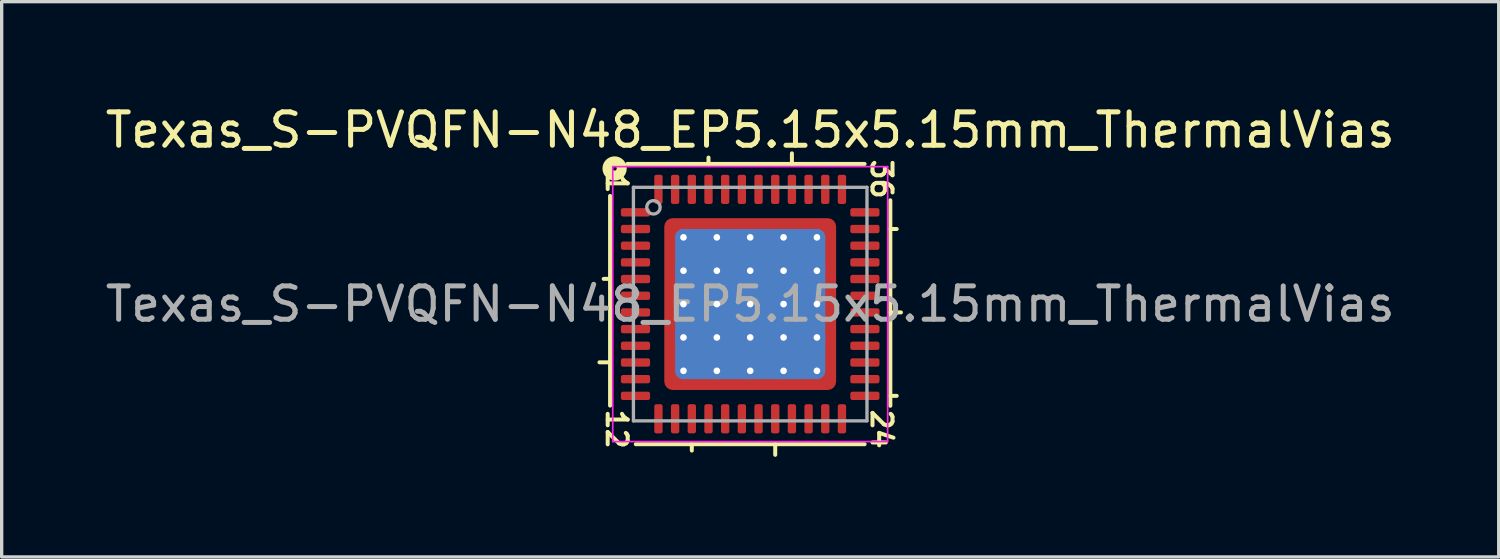
<source format=kicad_pcb>
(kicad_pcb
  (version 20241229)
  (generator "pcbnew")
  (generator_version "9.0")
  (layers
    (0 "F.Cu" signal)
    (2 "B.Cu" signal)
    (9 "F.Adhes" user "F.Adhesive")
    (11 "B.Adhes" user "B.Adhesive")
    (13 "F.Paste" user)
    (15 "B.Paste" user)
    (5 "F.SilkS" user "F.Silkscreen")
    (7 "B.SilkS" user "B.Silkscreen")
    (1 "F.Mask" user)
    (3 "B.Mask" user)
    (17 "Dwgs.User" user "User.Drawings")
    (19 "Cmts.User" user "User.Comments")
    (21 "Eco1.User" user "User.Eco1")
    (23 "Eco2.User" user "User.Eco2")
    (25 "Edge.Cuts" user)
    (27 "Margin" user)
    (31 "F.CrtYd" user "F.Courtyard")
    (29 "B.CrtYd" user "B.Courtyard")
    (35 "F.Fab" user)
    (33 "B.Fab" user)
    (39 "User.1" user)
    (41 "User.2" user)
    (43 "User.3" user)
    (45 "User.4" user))
  (footprint "Texas_S-PVQFN-N48_EP5.15x5.15mm_ThermalVias"
    (layer "F.Cu")
    (at 19.435 6.064)
    (property "Reference" "Texas_S-PVQFN-N48_EP5.15x5.15mm_ThermalVias" (at 0 -5.216 0) (layer "F.SilkS") (effects (font (size 1 1) (thickness 0.15))))
    (attr smd)
    (fp_line (start -4.2 -3.243) (end -4.2 3.043) (stroke (width 0.12) (type solid)) (layer "F.SilkS"))
    (fp_line (start -4.2 -0.755) (end -4.391 -0.755) (stroke (width 0.12) (type solid)) (layer "F.SilkS"))
    (fp_line (start -4.2 1.745) (end -4.518 1.745) (stroke (width 0.12) (type solid)) (layer "F.SilkS"))
    (fp_line (start -3.429 4.2) (end 3.429 4.2) (stroke (width 0.12) (type solid)) (layer "F.SilkS"))
    (fp_line (start -1.75 4.2) (end -1.75 4.391) (stroke (width 0.12) (type solid)) (layer "F.SilkS"))
    (fp_line (start -1.25 -4.2) (end -1.25 -4.391) (stroke (width 0.12) (type solid)) (layer "F.SilkS"))
    (fp_line (start 0.75 4.2) (end 0.75 4.518) (stroke (width 0.12) (type solid)) (layer "F.SilkS"))
    (fp_line (start 1.25 -4.2) (end 1.25 -4.518) (stroke (width 0.12) (type solid)) (layer "F.SilkS"))
    (fp_line (start 3.429 -4.2) (end -3.683 -4.2) (stroke (width 0.12) (type solid)) (layer "F.SilkS"))
    (fp_line (start 4.2 -2.25) (end 4.391 -2.25) (stroke (width 0.12) (type solid)) (layer "F.SilkS"))
    (fp_line (start 4.2 0.25) (end 4.518 0.25) (stroke (width 0.12) (type solid)) (layer "F.SilkS"))
    (fp_line (start 4.2 2.75) (end 4.391 2.75) (stroke (width 0.12) (type solid)) (layer "F.SilkS"))
    (fp_line (start 4.2 3.048) (end 4.2 -3.111) (stroke (width 0.12) (type solid)) (layer "F.SilkS"))
    (fp_circle (center -4.064 -4.064) (end -4 -4.064) (stroke (width 0.3) (type solid)) (fill no) (layer "F.SilkS"))
    (fp_line (start -4.12 -4.12) (end -4.12 4.12) (stroke (width 0.05) (type solid)) (layer "F.CrtYd"))
    (fp_line (start -4.12 4.12) (end 4.12 4.12) (stroke (width 0.05) (type solid)) (layer "F.CrtYd"))
    (fp_line (start 4.12 -4.12) (end -4.12 -4.12) (stroke (width 0.05) (type solid)) (layer "F.CrtYd"))
    (fp_line (start 4.12 4.12) (end 4.12 -4.12) (stroke (width 0.05) (type solid)) (layer "F.CrtYd"))
    (fp_line (start -3.5 -3.5) (end 3.5 -3.5) (stroke (width 0.1) (type solid)) (layer "F.Fab"))
    (fp_line (start -3.5 3.5) (end -3.5 -3.5) (stroke (width 0.1) (type solid)) (layer "F.Fab"))
    (fp_line (start 3.5 -3.5) (end 3.5 3.5) (stroke (width 0.1) (type solid)) (layer "F.Fab"))
    (fp_line (start 3.5 3.5) (end -3.5 3.5) (stroke (width 0.1) (type solid)) (layer "F.Fab"))
    (fp_circle (center -2.9 -2.9) (end -2.7 -2.9) (stroke (width 0.1) (type solid)) (fill no) (layer "F.Fab"))
    (fp_text user "12" (at -4 3.747 270) (unlocked yes) (layer "F.SilkS") (effects (font (size 0.6 0.6) (thickness 0.12))))
    (fp_text user "24" (at 3.937 3.747 270) (unlocked yes) (layer "F.SilkS") (effects (font (size 0.6 0.6) (thickness 0.12))))
    (fp_text user "36" (at 3.937 -3.747 270) (unlocked yes) (layer "F.SilkS") (effects (font (size 0.6 0.6) (thickness 0.12))))
    (fp_text user "1" (at -4 -3.619 270) (unlocked yes) (layer "F.SilkS") (effects (font (size 0.6 0.6) (thickness 0.12))))
    (fp_text user "${REFERENCE}" (at 0 0 0) (layer "F.Fab") (effects (font (size 1 1) (thickness 0.15))))
    (pad "" smd custom (at -2.288 -2.288) (size 0.342 0.342) (layers "F.Paste") (options (anchor circle)) (primitives (gr_poly (pts (xy 0.116 0.012) (xy 0.012 0.116) (xy -0.116 0.116) (xy -0.116 -0.116) (xy 0.116 -0.116)) (width 0.232) (fill yes))))
    (pad "" smd custom (at -2.288 -1.5) (size 0.371 0.371) (layers "F.Paste") (options (anchor circle)) (primitives (gr_poly (pts (xy 0.14 -0.235) (xy 0.14 0.235) (xy 0.063 0.311) (xy -0.14 0.311) (xy -0.14 -0.311) (xy 0.063 -0.311)) (width 0.184) (fill yes))))
    (pad "" smd custom (at -2.288 -0.5) (size 0.371 0.371) (layers "F.Paste") (options (anchor circle)) (primitives (gr_poly (pts (xy 0.14 -0.235) (xy 0.14 0.235) (xy 0.063 0.311) (xy -0.14 0.311) (xy -0.14 -0.311) (xy 0.063 -0.311)) (width 0.184) (fill yes))))
    (pad "" smd custom (at -2.288 0.5) (size 0.371 0.371) (layers "F.Paste") (options (anchor circle)) (primitives (gr_poly (pts (xy 0.14 -0.235) (xy 0.14 0.235) (xy 0.063 0.311) (xy -0.14 0.311) (xy -0.14 -0.311) (xy 0.063 -0.311)) (width 0.184) (fill yes))))
    (pad "" smd custom (at -2.288 1.5) (size 0.371 0.371) (layers "F.Paste") (options (anchor circle)) (primitives (gr_poly (pts (xy 0.14 -0.235) (xy 0.14 0.235) (xy 0.063 0.311) (xy -0.14 0.311) (xy -0.14 -0.311) (xy 0.063 -0.311)) (width 0.184) (fill yes))))
    (pad "" smd custom (at -2.288 2.288) (size 0.342 0.342) (layers "F.Paste") (options (anchor circle)) (primitives (gr_poly (pts (xy 0.116 -0.012) (xy 0.116 0.116) (xy -0.116 0.116) (xy -0.116 -0.116) (xy 0.012 -0.116)) (width 0.232) (fill yes))))
    (pad "" smd custom (at -1.5 -2.288) (size 0.371 0.371) (layers "F.Paste") (options (anchor circle)) (primitives (gr_poly (pts (xy 0.311 0.063) (xy 0.235 0.14) (xy -0.235 0.14) (xy -0.311 0.063) (xy -0.311 -0.14) (xy 0.311 -0.14)) (width 0.184) (fill yes))))
    (pad "" smd roundrect (at -1.5 -1.5) (size 0.806 0.806) (layers "F.Paste") (roundrect_rratio 0.25))
    (pad "" smd roundrect (at -1.5 -0.5) (size 0.806 0.806) (layers "F.Paste") (roundrect_rratio 0.25))
    (pad "" smd roundrect (at -1.5 0.5) (size 0.806 0.806) (layers "F.Paste") (roundrect_rratio 0.25))
    (pad "" smd roundrect (at -1.5 1.5) (size 0.806 0.806) (layers "F.Paste") (roundrect_rratio 0.25))
    (pad "" smd custom (at -1.5 2.288) (size 0.371 0.371) (layers "F.Paste") (options (anchor circle)) (primitives (gr_poly (pts (xy 0.311 -0.063) (xy 0.311 0.14) (xy -0.311 0.14) (xy -0.311 -0.063) (xy -0.235 -0.14) (xy 0.235 -0.14)) (width 0.184) (fill yes))))
    (pad "" smd custom (at -0.5 -2.288) (size 0.371 0.371) (layers "F.Paste") (options (anchor circle)) (primitives (gr_poly (pts (xy 0.311 0.063) (xy 0.235 0.14) (xy -0.235 0.14) (xy -0.311 0.063) (xy -0.311 -0.14) (xy 0.311 -0.14)) (width 0.184) (fill yes))))
    (pad "" smd roundrect (at -0.5 -1.5) (size 0.806 0.806) (layers "F.Paste") (roundrect_rratio 0.25))
    (pad "" smd roundrect (at -0.5 -0.5) (size 0.806 0.806) (layers "F.Paste") (roundrect_rratio 0.25))
    (pad "" smd roundrect (at -0.5 0.5) (size 0.806 0.806) (layers "F.Paste") (roundrect_rratio 0.25))
    (pad "" smd roundrect (at -0.5 1.5) (size 0.806 0.806) (layers "F.Paste") (roundrect_rratio 0.25))
    (pad "" smd custom (at -0.5 2.288) (size 0.371 0.371) (layers "F.Paste") (options (anchor circle)) (primitives (gr_poly (pts (xy 0.311 -0.063) (xy 0.311 0.14) (xy -0.311 0.14) (xy -0.311 -0.063) (xy -0.235 -0.14) (xy 0.235 -0.14)) (width 0.184) (fill yes))))
    (pad "" smd custom (at 0.5 -2.288) (size 0.371 0.371) (layers "F.Paste") (options (anchor circle)) (primitives (gr_poly (pts (xy 0.311 0.063) (xy 0.235 0.14) (xy -0.235 0.14) (xy -0.311 0.063) (xy -0.311 -0.14) (xy 0.311 -0.14)) (width 0.184) (fill yes))))
    (pad "" smd roundrect (at 0.5 -1.5) (size 0.806 0.806) (layers "F.Paste") (roundrect_rratio 0.25))
    (pad "" smd roundrect (at 0.5 -0.5) (size 0.806 0.806) (layers "F.Paste") (roundrect_rratio 0.25))
    (pad "" smd roundrect (at 0.5 0.5) (size 0.806 0.806) (layers "F.Paste") (roundrect_rratio 0.25))
    (pad "" smd roundrect (at 0.5 1.5) (size 0.806 0.806) (layers "F.Paste") (roundrect_rratio 0.25))
    (pad "" smd custom (at 0.5 2.288) (size 0.371 0.371) (layers "F.Paste") (options (anchor circle)) (primitives (gr_poly (pts (xy 0.311 -0.063) (xy 0.311 0.14) (xy -0.311 0.14) (xy -0.311 -0.063) (xy -0.235 -0.14) (xy 0.235 -0.14)) (width 0.184) (fill yes))))
    (pad "" smd custom (at 1.5 -2.288) (size 0.371 0.371) (layers "F.Paste") (options (anchor circle)) (primitives (gr_poly (pts (xy 0.311 0.063) (xy 0.235 0.14) (xy -0.235 0.14) (xy -0.311 0.063) (xy -0.311 -0.14) (xy 0.311 -0.14)) (width 0.184) (fill yes))))
    (pad "" smd roundrect (at 1.5 -1.5) (size 0.806 0.806) (layers "F.Paste") (roundrect_rratio 0.25))
    (pad "" smd roundrect (at 1.5 -0.5) (size 0.806 0.806) (layers "F.Paste") (roundrect_rratio 0.25))
    (pad "" smd roundrect (at 1.5 0.5) (size 0.806 0.806) (layers "F.Paste") (roundrect_rratio 0.25))
    (pad "" smd roundrect (at 1.5 1.5) (size 0.806 0.806) (layers "F.Paste") (roundrect_rratio 0.25))
    (pad "" smd custom (at 1.5 2.288) (size 0.371 0.371) (layers "F.Paste") (options (anchor circle)) (primitives (gr_poly (pts (xy 0.311 -0.063) (xy 0.311 0.14) (xy -0.311 0.14) (xy -0.311 -0.063) (xy -0.235 -0.14) (xy 0.235 -0.14)) (width 0.184) (fill yes))))
    (pad "" smd custom (at 2.288 -2.288) (size 0.342 0.342) (layers "F.Paste") (options (anchor circle)) (primitives (gr_poly (pts (xy 0.116 0.116) (xy -0.012 0.116) (xy -0.116 0.012) (xy -0.116 -0.116) (xy 0.116 -0.116)) (width 0.232) (fill yes))))
    (pad "" smd custom (at 2.288 -1.5) (size 0.371 0.371) (layers "F.Paste") (options (anchor circle)) (primitives (gr_poly (pts (xy 0.14 0.311) (xy -0.063 0.311) (xy -0.14 0.235) (xy -0.14 -0.235) (xy -0.063 -0.311) (xy 0.14 -0.311)) (width 0.184) (fill yes))))
    (pad "" smd custom (at 2.288 -0.5) (size 0.371 0.371) (layers "F.Paste") (options (anchor circle)) (primitives (gr_poly (pts (xy 0.14 0.311) (xy -0.063 0.311) (xy -0.14 0.235) (xy -0.14 -0.235) (xy -0.063 -0.311) (xy 0.14 -0.311)) (width 0.184) (fill yes))))
    (pad "" smd custom (at 2.288 0.5) (size 0.371 0.371) (layers "F.Paste") (options (anchor circle)) (primitives (gr_poly (pts (xy 0.14 0.311) (xy -0.063 0.311) (xy -0.14 0.235) (xy -0.14 -0.235) (xy -0.063 -0.311) (xy 0.14 -0.311)) (width 0.184) (fill yes))))
    (pad "" smd custom (at 2.288 1.5) (size 0.371 0.371) (layers "F.Paste") (options (anchor circle)) (primitives (gr_poly (pts (xy 0.14 0.311) (xy -0.063 0.311) (xy -0.14 0.235) (xy -0.14 -0.235) (xy -0.063 -0.311) (xy 0.14 -0.311)) (width 0.184) (fill yes))))
    (pad "" smd custom (at 2.288 2.288) (size 0.342 0.342) (layers "F.Paste") (options (anchor circle)) (primitives (gr_poly (pts (xy 0.116 0.116) (xy -0.116 0.116) (xy -0.116 -0.012) (xy -0.012 -0.116) (xy 0.116 -0.116)) (width 0.232) (fill yes))))
    (pad "1" smd roundrect (at -3.438 -2.75) (size 0.875 0.25) (layers "F.Cu" "F.Mask" "F.Paste") (roundrect_rratio 0.25))
    (pad "2" smd roundrect (at -3.438 -2.25) (size 0.875 0.25) (layers "F.Cu" "F.Mask" "F.Paste") (roundrect_rratio 0.25))
    (pad "3" smd roundrect (at -3.438 -1.75) (size 0.875 0.25) (layers "F.Cu" "F.Mask" "F.Paste") (roundrect_rratio 0.25))
    (pad "4" smd roundrect (at -3.438 -1.25) (size 0.875 0.25) (layers "F.Cu" "F.Mask" "F.Paste") (roundrect_rratio 0.25))
    (pad "5" smd roundrect (at -3.438 -0.75) (size 0.875 0.25) (layers "F.Cu" "F.Mask" "F.Paste") (roundrect_rratio 0.25))
    (pad "6" smd roundrect (at -3.438 -0.25) (size 0.875 0.25) (layers "F.Cu" "F.Mask" "F.Paste") (roundrect_rratio 0.25))
    (pad "7" smd roundrect (at -3.438 0.25) (size 0.875 0.25) (layers "F.Cu" "F.Mask" "F.Paste") (roundrect_rratio 0.25))
    (pad "8" smd roundrect (at -3.438 0.75) (size 0.875 0.25) (layers "F.Cu" "F.Mask" "F.Paste") (roundrect_rratio 0.25))
    (pad "9" smd roundrect (at -3.438 1.25) (size 0.875 0.25) (layers "F.Cu" "F.Mask" "F.Paste") (roundrect_rratio 0.25))
    (pad "10" smd roundrect (at -3.438 1.75) (size 0.875 0.25) (layers "F.Cu" "F.Mask" "F.Paste") (roundrect_rratio 0.25))
    (pad "11" smd roundrect (at -3.438 2.25) (size 0.875 0.25) (layers "F.Cu" "F.Mask" "F.Paste") (roundrect_rratio 0.25))
    (pad "12" smd roundrect (at -3.438 2.75) (size 0.875 0.25) (layers "F.Cu" "F.Mask" "F.Paste") (roundrect_rratio 0.25))
    (pad "13" smd roundrect (at -2.75 3.438) (size 0.25 0.875) (layers "F.Cu" "F.Mask" "F.Paste") (roundrect_rratio 0.25))
    (pad "14" smd roundrect (at -2.25 3.438) (size 0.25 0.875) (layers "F.Cu" "F.Mask" "F.Paste") (roundrect_rratio 0.25))
    (pad "15" smd roundrect (at -1.75 3.438) (size 0.25 0.875) (layers "F.Cu" "F.Mask" "F.Paste") (roundrect_rratio 0.25))
    (pad "16" smd roundrect (at -1.25 3.438) (size 0.25 0.875) (layers "F.Cu" "F.Mask" "F.Paste") (roundrect_rratio 0.25))
    (pad "17" smd roundrect (at -0.75 3.438) (size 0.25 0.875) (layers "F.Cu" "F.Mask" "F.Paste") (roundrect_rratio 0.25))
    (pad "18" smd roundrect (at -0.25 3.438) (size 0.25 0.875) (layers "F.Cu" "F.Mask" "F.Paste") (roundrect_rratio 0.25))
    (pad "19" smd roundrect (at 0.25 3.438) (size 0.25 0.875) (layers "F.Cu" "F.Mask" "F.Paste") (roundrect_rratio 0.25))
    (pad "20" smd roundrect (at 0.75 3.438) (size 0.25 0.875) (layers "F.Cu" "F.Mask" "F.Paste") (roundrect_rratio 0.25))
    (pad "21" smd roundrect (at 1.25 3.438) (size 0.25 0.875) (layers "F.Cu" "F.Mask" "F.Paste") (roundrect_rratio 0.25))
    (pad "22" smd roundrect (at 1.75 3.438) (size 0.25 0.875) (layers "F.Cu" "F.Mask" "F.Paste") (roundrect_rratio 0.25))
    (pad "23" smd roundrect (at 2.25 3.438) (size 0.25 0.875) (layers "F.Cu" "F.Mask" "F.Paste") (roundrect_rratio 0.25))
    (pad "24" smd roundrect (at 2.75 3.438) (size 0.25 0.875) (layers "F.Cu" "F.Mask" "F.Paste") (roundrect_rratio 0.25))
    (pad "25" smd roundrect (at 3.438 2.75) (size 0.875 0.25) (layers "F.Cu" "F.Mask" "F.Paste") (roundrect_rratio 0.25))
    (pad "26" smd roundrect (at 3.438 2.25) (size 0.875 0.25) (layers "F.Cu" "F.Mask" "F.Paste") (roundrect_rratio 0.25))
    (pad "27" smd roundrect (at 3.438 1.75) (size 0.875 0.25) (layers "F.Cu" "F.Mask" "F.Paste") (roundrect_rratio 0.25))
    (pad "28" smd roundrect (at 3.438 1.25) (size 0.875 0.25) (layers "F.Cu" "F.Mask" "F.Paste") (roundrect_rratio 0.25))
    (pad "29" smd roundrect (at 3.438 0.75) (size 0.875 0.25) (layers "F.Cu" "F.Mask" "F.Paste") (roundrect_rratio 0.25))
    (pad "30" smd roundrect (at 3.438 0.25) (size 0.875 0.25) (layers "F.Cu" "F.Mask" "F.Paste") (roundrect_rratio 0.25))
    (pad "31" smd roundrect (at 3.438 -0.25) (size 0.875 0.25) (layers "F.Cu" "F.Mask" "F.Paste") (roundrect_rratio 0.25))
    (pad "32" smd roundrect (at 3.438 -0.75) (size 0.875 0.25) (layers "F.Cu" "F.Mask" "F.Paste") (roundrect_rratio 0.25))
    (pad "33" smd roundrect (at 3.438 -1.25) (size 0.875 0.25) (layers "F.Cu" "F.Mask" "F.Paste") (roundrect_rratio 0.25))
    (pad "34" smd roundrect (at 3.438 -1.75) (size 0.875 0.25) (layers "F.Cu" "F.Mask" "F.Paste") (roundrect_rratio 0.25))
    (pad "35" smd roundrect (at 3.438 -2.25) (size 0.875 0.25) (layers "F.Cu" "F.Mask" "F.Paste") (roundrect_rratio 0.25))
    (pad "36" smd roundrect (at 3.438 -2.75) (size 0.875 0.25) (layers "F.Cu" "F.Mask" "F.Paste") (roundrect_rratio 0.25))
    (pad "37" smd roundrect (at 2.75 -3.438) (size 0.25 0.875) (layers "F.Cu" "F.Mask" "F.Paste") (roundrect_rratio 0.25))
    (pad "38" smd roundrect (at 2.25 -3.438) (size 0.25 0.875) (layers "F.Cu" "F.Mask" "F.Paste") (roundrect_rratio 0.25))
    (pad "39" smd roundrect (at 1.75 -3.438) (size 0.25 0.875) (layers "F.Cu" "F.Mask" "F.Paste") (roundrect_rratio 0.25))
    (pad "40" smd roundrect (at 1.25 -3.438) (size 0.25 0.875) (layers "F.Cu" "F.Mask" "F.Paste") (roundrect_rratio 0.25))
    (pad "41" smd roundrect (at 0.75 -3.438) (size 0.25 0.875) (layers "F.Cu" "F.Mask" "F.Paste") (roundrect_rratio 0.25))
    (pad "42" smd roundrect (at 0.25 -3.438) (size 0.25 0.875) (layers "F.Cu" "F.Mask" "F.Paste") (roundrect_rratio 0.25))
    (pad "43" smd roundrect (at -0.25 -3.438) (size 0.25 0.875) (layers "F.Cu" "F.Mask" "F.Paste") (roundrect_rratio 0.25))
    (pad "44" smd roundrect (at -0.75 -3.438) (size 0.25 0.875) (layers "F.Cu" "F.Mask" "F.Paste") (roundrect_rratio 0.25))
    (pad "45" smd roundrect (at -1.25 -3.438) (size 0.25 0.875) (layers "F.Cu" "F.Mask" "F.Paste") (roundrect_rratio 0.25))
    (pad "46" smd roundrect (at -1.75 -3.438) (size 0.25 0.875) (layers "F.Cu" "F.Mask" "F.Paste") (roundrect_rratio 0.25))
    (pad "47" smd roundrect (at -2.25 -3.438) (size 0.25 0.875) (layers "F.Cu" "F.Mask" "F.Paste") (roundrect_rratio 0.25))
    (pad "48" smd roundrect (at -2.75 -3.438) (size 0.25 0.875) (layers "F.Cu" "F.Mask" "F.Paste") (roundrect_rratio 0.25))
    (pad "49" thru_hole circle (at -2 -2) (size 0.5 0.5) (drill 0.2) (property pad_prop_heatsink) (layers "*.Cu"))
    (pad "49" thru_hole circle (at -2 -1) (size 0.5 0.5) (drill 0.2) (property pad_prop_heatsink) (layers "*.Cu"))
    (pad "49" thru_hole circle (at -2 0) (size 0.5 0.5) (drill 0.2) (property pad_prop_heatsink) (layers "*.Cu"))
    (pad "49" thru_hole circle (at -2 1) (size 0.5 0.5) (drill 0.2) (property pad_prop_heatsink) (layers "*.Cu"))
    (pad "49" thru_hole circle (at -2 2) (size 0.5 0.5) (drill 0.2) (property pad_prop_heatsink) (layers "*.Cu"))
    (pad "49" thru_hole circle (at -1 -2) (size 0.5 0.5) (drill 0.2) (property pad_prop_heatsink) (layers "*.Cu"))
    (pad "49" thru_hole circle (at -1 -1) (size 0.5 0.5) (drill 0.2) (property pad_prop_heatsink) (layers "*.Cu"))
    (pad "49" thru_hole circle (at -1 0) (size 0.5 0.5) (drill 0.2) (property pad_prop_heatsink) (layers "*.Cu"))
    (pad "49" thru_hole circle (at -1 1) (size 0.5 0.5) (drill 0.2) (property pad_prop_heatsink) (layers "*.Cu"))
    (pad "49" thru_hole circle (at -1 2) (size 0.5 0.5) (drill 0.2) (property pad_prop_heatsink) (layers "*.Cu"))
    (pad "49" thru_hole circle (at 0 -2) (size 0.5 0.5) (drill 0.2) (property pad_prop_heatsink) (layers "*.Cu"))
    (pad "49" thru_hole circle (at 0 -1) (size 0.5 0.5) (drill 0.2) (property pad_prop_heatsink) (layers "*.Cu"))
    (pad "49" thru_hole circle (at 0 0) (size 0.5 0.5) (drill 0.2) (property pad_prop_heatsink) (layers "*.Cu"))
    (pad "49" smd roundrect (at 0 0) (size 4.5 4.5) (layers "B.Cu" "B.Mask") (roundrect_rratio 0.056))
    (pad "49" smd roundrect (at 0 0) (size 5.15 5.15) (layers "F.Cu" "F.Mask") (roundrect_rratio 0.049))
    (pad "49" thru_hole circle (at 0 1) (size 0.5 0.5) (drill 0.2) (property pad_prop_heatsink) (layers "*.Cu"))
    (pad "49" thru_hole circle (at 0 2) (size 0.5 0.5) (drill 0.2) (property pad_prop_heatsink) (layers "*.Cu"))
    (pad "49" thru_hole circle (at 1 -2) (size 0.5 0.5) (drill 0.2) (property pad_prop_heatsink) (layers "*.Cu"))
    (pad "49" thru_hole circle (at 1 -1) (size 0.5 0.5) (drill 0.2) (property pad_prop_heatsink) (layers "*.Cu"))
    (pad "49" thru_hole circle (at 1 0) (size 0.5 0.5) (drill 0.2) (property pad_prop_heatsink) (layers "*.Cu"))
    (pad "49" thru_hole circle (at 1 1) (size 0.5 0.5) (drill 0.2) (property pad_prop_heatsink) (layers "*.Cu"))
    (pad "49" thru_hole circle (at 1 2) (size 0.5 0.5) (drill 0.2) (property pad_prop_heatsink) (layers "*.Cu"))
    (pad "49" thru_hole circle (at 2 -2) (size 0.5 0.5) (drill 0.2) (property pad_prop_heatsink) (layers "*.Cu"))
    (pad "49" thru_hole circle (at 2 -1) (size 0.5 0.5) (drill 0.2) (property pad_prop_heatsink) (layers "*.Cu"))
    (pad "49" thru_hole circle (at 2 0) (size 0.5 0.5) (drill 0.2) (property pad_prop_heatsink) (layers "*.Cu"))
    (pad "49" thru_hole circle (at 2 1) (size 0.5 0.5) (drill 0.2) (property pad_prop_heatsink) (layers "*.Cu"))
    (pad "49" thru_hole circle (at 2 2) (size 0.5 0.5) (drill 0.2) (property pad_prop_heatsink) (layers "*.Cu")))
  (gr_rect
    (start -3 -3)
    (end 41.869 13.642)
    (stroke (width 0.1) (type default))
    (fill no)
    (layer "Edge.Cuts")))
</source>
